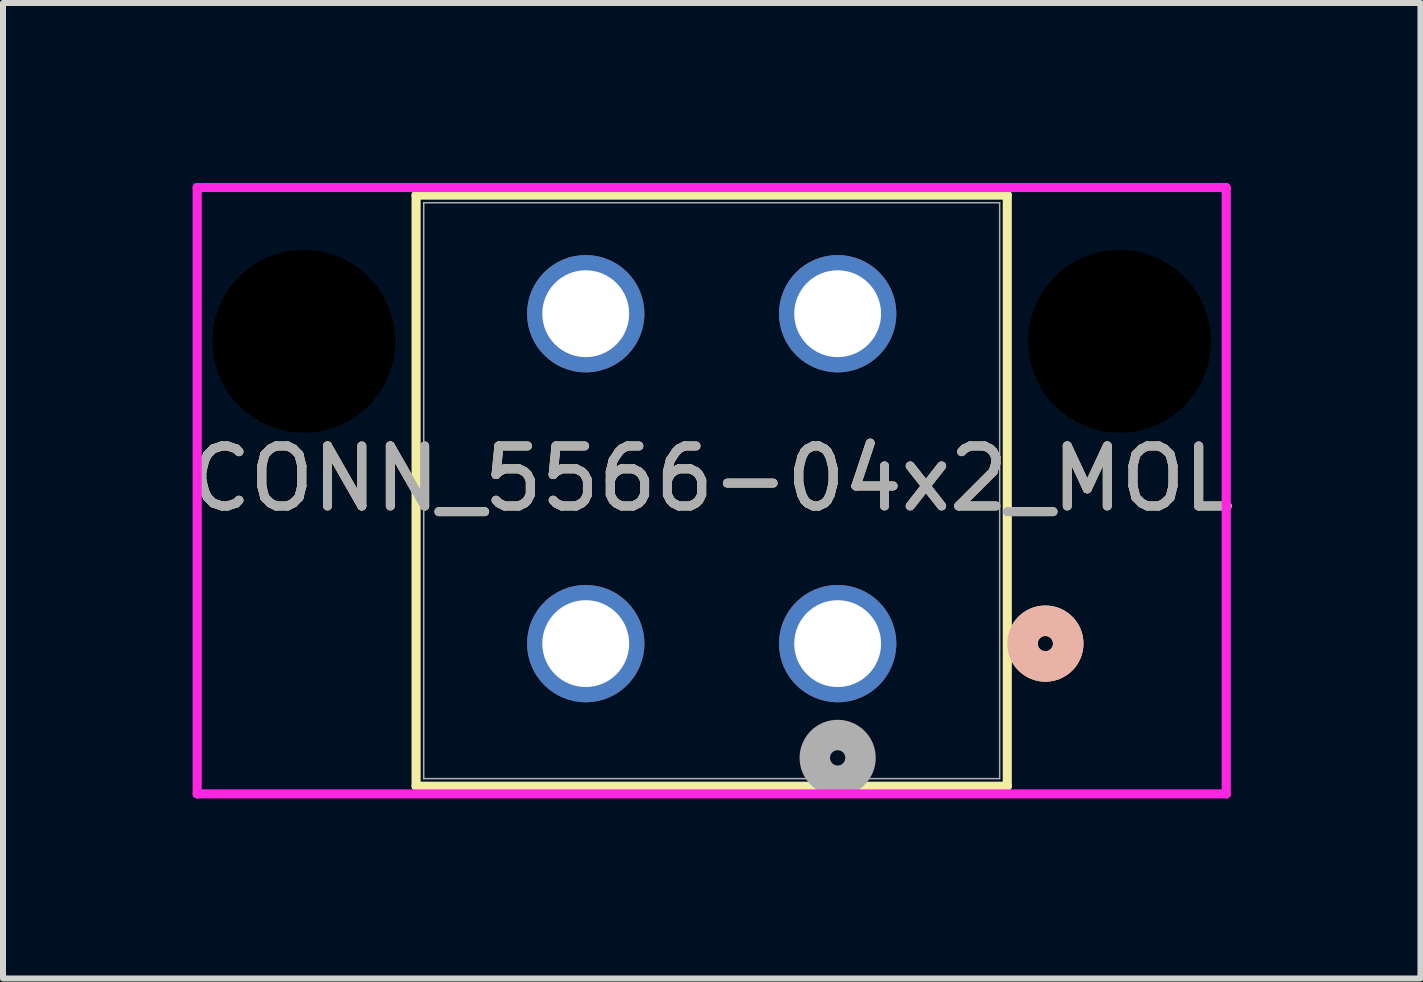
<source format=kicad_pcb>
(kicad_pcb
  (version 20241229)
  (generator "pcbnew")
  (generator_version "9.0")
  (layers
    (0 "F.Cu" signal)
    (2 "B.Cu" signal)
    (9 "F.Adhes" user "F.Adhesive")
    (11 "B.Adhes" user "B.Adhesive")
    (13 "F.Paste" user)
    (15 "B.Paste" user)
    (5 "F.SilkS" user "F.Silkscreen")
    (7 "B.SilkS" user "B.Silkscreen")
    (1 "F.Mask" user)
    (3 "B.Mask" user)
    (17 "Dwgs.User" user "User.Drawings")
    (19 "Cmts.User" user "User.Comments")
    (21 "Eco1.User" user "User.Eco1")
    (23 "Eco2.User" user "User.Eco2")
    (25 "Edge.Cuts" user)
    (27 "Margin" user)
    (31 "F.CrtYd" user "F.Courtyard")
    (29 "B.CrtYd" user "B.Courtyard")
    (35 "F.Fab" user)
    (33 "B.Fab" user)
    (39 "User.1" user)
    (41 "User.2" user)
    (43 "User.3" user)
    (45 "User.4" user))
  (footprint "CONN_5566-04x2_MOL"
    (layer "F.Cu")
    (at 10.915 7.68)
    (property "Reference" "CONN_5566-04x2_MOL" (at -2.1 -2.75 0) (unlocked yes) (layer "F.SilkS") (effects (font (size 1 1) (thickness 0.15))))
    (attr through_hole)
    (fp_line (start -7.028 -7.477) (end -7.028 2.378) (stroke (width 0.152) (type solid)) (layer "F.SilkS"))
    (fp_line (start -7.028 2.378) (end 2.828 2.378) (stroke (width 0.152) (type solid)) (layer "F.SilkS"))
    (fp_line (start 2.828 -7.477) (end -7.028 -7.477) (stroke (width 0.152) (type solid)) (layer "F.SilkS"))
    (fp_line (start 2.828 2.378) (end 2.828 -7.477) (stroke (width 0.152) (type solid)) (layer "F.SilkS"))
    (fp_circle (center 3.463 0) (end 3.844 0) (stroke (width 0.508) (type solid)) (fill no) (layer "F.SilkS"))
    (fp_circle (center 3.463 0) (end 3.844 0) (stroke (width 0.508) (type solid)) (fill no) (layer "B.SilkS"))
    (fp_line (start -10.678 -7.604) (end -10.678 2.505) (stroke (width 0.152) (type solid)) (layer "F.CrtYd"))
    (fp_line (start -10.678 2.505) (end 6.478 2.505) (stroke (width 0.152) (type solid)) (layer "F.CrtYd"))
    (fp_line (start 6.478 -7.604) (end -10.678 -7.604) (stroke (width 0.152) (type solid)) (layer "F.CrtYd"))
    (fp_line (start 6.478 2.505) (end 6.478 -7.604) (stroke (width 0.152) (type solid)) (layer "F.CrtYd"))
    (fp_line (start -6.901 -7.35) (end -6.901 2.251) (stroke (width 0.025) (type solid)) (layer "F.Fab"))
    (fp_line (start -6.901 2.251) (end 2.701 2.251) (stroke (width 0.025) (type solid)) (layer "F.Fab"))
    (fp_line (start 2.701 -7.35) (end -6.901 -7.35) (stroke (width 0.025) (type solid)) (layer "F.Fab"))
    (fp_line (start 2.701 2.251) (end 2.701 -7.35) (stroke (width 0.025) (type solid)) (layer "F.Fab"))
    (fp_circle (center 0 1.905) (end 0.381 1.905) (stroke (width 0.508) (type solid)) (fill no) (layer "F.Fab"))
    (fp_text user "${REFERENCE}" (at -2.1 -2.75 0) (unlocked yes) (layer "F.Fab") (effects (font (size 1 1) (thickness 0.15))))
    (pad "" np_thru_hole circle (at -8.9 -5.04) (size 3.048 3.048) (drill 3.048) (layers))
    (pad "" np_thru_hole circle (at 4.7 -5.04) (size 3.048 3.048) (drill 3.048) (layers))
    (pad "1" thru_hole circle (at 0 0) (size 1.956 1.956) (drill 1.448) (layers "*.Cu" "*.Mask"))
    (pad "2" thru_hole circle (at -4.2 0) (size 1.956 1.956) (drill 1.448) (layers "*.Cu" "*.Mask"))
    (pad "3" thru_hole circle (at 0 -5.5) (size 1.956 1.956) (drill 1.448) (layers "*.Cu" "*.Mask"))
    (pad "4" thru_hole circle (at -4.2 -5.5) (size 1.956 1.956) (drill 1.448) (layers "*.Cu" "*.Mask")))
  (gr_rect
    (start -3 -3)
    (end 20.631 13.262)
    (stroke (width 0.1) (type default))
    (fill no)
    (layer "Edge.Cuts")))
</source>
